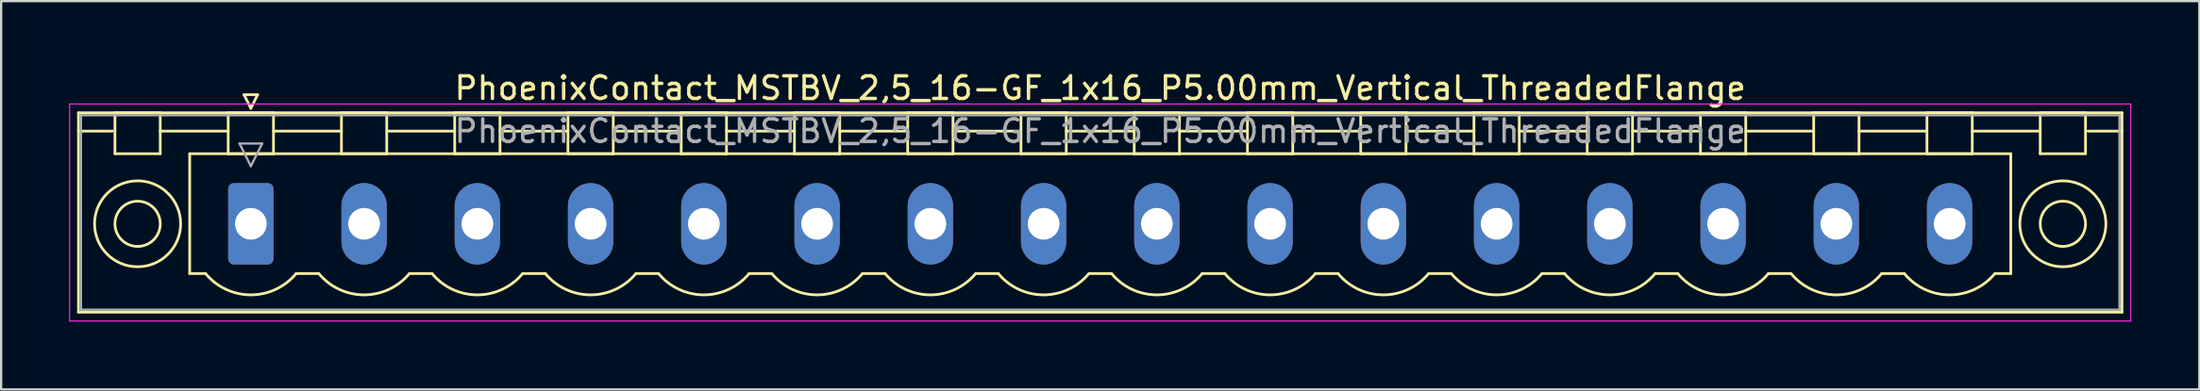
<source format=kicad_pcb>
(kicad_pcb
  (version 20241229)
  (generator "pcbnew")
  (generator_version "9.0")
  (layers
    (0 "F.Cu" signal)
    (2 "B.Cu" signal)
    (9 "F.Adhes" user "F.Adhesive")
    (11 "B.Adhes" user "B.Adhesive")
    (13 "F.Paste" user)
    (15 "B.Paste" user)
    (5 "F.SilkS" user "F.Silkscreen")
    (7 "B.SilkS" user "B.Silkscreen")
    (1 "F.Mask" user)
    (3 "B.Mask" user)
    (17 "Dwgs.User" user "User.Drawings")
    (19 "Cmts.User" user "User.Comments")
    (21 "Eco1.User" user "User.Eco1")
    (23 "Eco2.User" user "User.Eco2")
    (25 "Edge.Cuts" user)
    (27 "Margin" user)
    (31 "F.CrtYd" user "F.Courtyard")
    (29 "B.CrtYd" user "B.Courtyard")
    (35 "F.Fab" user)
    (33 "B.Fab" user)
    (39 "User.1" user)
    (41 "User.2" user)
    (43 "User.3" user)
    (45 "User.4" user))
  (footprint "PhoenixContact_MSTBV_2,5_16-GF_1x16_P5.00mm_Vertical_ThreadedFlange"
    (layer "F.Cu")
    (at 8.025 6.848)
    (property "Reference" "PhoenixContact_MSTBV_2,5_16-GF_1x16_P5.00mm_Vertical_ThreadedFlange" (at 37.5 -6 0) (layer "F.SilkS") (effects (font (size 1 1) (thickness 0.15))))
    (attr through_hole)
    (fp_line (start -7.61 -4.91) (end -7.61 3.91) (stroke (width 0.12) (type solid)) (layer "F.SilkS"))
    (fp_line (start -7.61 -4.1) (end -6.11 -4.1) (stroke (width 0.12) (type solid)) (layer "F.SilkS"))
    (fp_line (start -7.61 3.91) (end 82.61 3.91) (stroke (width 0.12) (type solid)) (layer "F.SilkS"))
    (fp_line (start -6 -4.91) (end -4 -4.91) (stroke (width 0.12) (type solid)) (layer "F.SilkS"))
    (fp_line (start -6 -3.1) (end -6 -4.91) (stroke (width 0.12) (type solid)) (layer "F.SilkS"))
    (fp_line (start -4 -4.91) (end -4 -3.1) (stroke (width 0.12) (type solid)) (layer "F.SilkS"))
    (fp_line (start -4 -4.1) (end -1 -4.1) (stroke (width 0.12) (type solid)) (layer "F.SilkS"))
    (fp_line (start -4 -3.1) (end -6 -3.1) (stroke (width 0.12) (type solid)) (layer "F.SilkS"))
    (fp_line (start -2.7 -3.1) (end 77.7 -3.1) (stroke (width 0.12) (type solid)) (layer "F.SilkS"))
    (fp_line (start -2.7 2.2) (end -2.7 -3.1) (stroke (width 0.12) (type solid)) (layer "F.SilkS"))
    (fp_line (start -2 2.2) (end -2.7 2.2) (stroke (width 0.12) (type solid)) (layer "F.SilkS"))
    (fp_line (start -1 -4.91) (end 1 -4.91) (stroke (width 0.12) (type solid)) (layer "F.SilkS"))
    (fp_line (start -1 -3.1) (end -1 -4.91) (stroke (width 0.12) (type solid)) (layer "F.SilkS"))
    (fp_line (start -0.3 -5.71) (end 0.3 -5.71) (stroke (width 0.12) (type solid)) (layer "F.SilkS"))
    (fp_line (start 0 -5.11) (end -0.3 -5.71) (stroke (width 0.12) (type solid)) (layer "F.SilkS"))
    (fp_line (start 0.3 -5.71) (end 0 -5.11) (stroke (width 0.12) (type solid)) (layer "F.SilkS"))
    (fp_line (start 1 -4.91) (end 1 -3.1) (stroke (width 0.12) (type solid)) (layer "F.SilkS"))
    (fp_line (start 1 -4.1) (end 4 -4.1) (stroke (width 0.12) (type solid)) (layer "F.SilkS"))
    (fp_line (start 1 -3.1) (end -1 -3.1) (stroke (width 0.12) (type solid)) (layer "F.SilkS"))
    (fp_line (start 2 2.2) (end 3 2.2) (stroke (width 0.12) (type solid)) (layer "F.SilkS"))
    (fp_line (start 4 -4.91) (end 6 -4.91) (stroke (width 0.12) (type solid)) (layer "F.SilkS"))
    (fp_line (start 4 -3.1) (end 4 -4.91) (stroke (width 0.12) (type solid)) (layer "F.SilkS"))
    (fp_line (start 6 -4.91) (end 6 -3.1) (stroke (width 0.12) (type solid)) (layer "F.SilkS"))
    (fp_line (start 6 -4.1) (end 9 -4.1) (stroke (width 0.12) (type solid)) (layer "F.SilkS"))
    (fp_line (start 6 -3.1) (end 4 -3.1) (stroke (width 0.12) (type solid)) (layer "F.SilkS"))
    (fp_line (start 7 2.2) (end 8 2.2) (stroke (width 0.12) (type solid)) (layer "F.SilkS"))
    (fp_line (start 9 -4.91) (end 11 -4.91) (stroke (width 0.12) (type solid)) (layer "F.SilkS"))
    (fp_line (start 9 -3.1) (end 9 -4.91) (stroke (width 0.12) (type solid)) (layer "F.SilkS"))
    (fp_line (start 11 -4.91) (end 11 -3.1) (stroke (width 0.12) (type solid)) (layer "F.SilkS"))
    (fp_line (start 11 -4.1) (end 14 -4.1) (stroke (width 0.12) (type solid)) (layer "F.SilkS"))
    (fp_line (start 11 -3.1) (end 9 -3.1) (stroke (width 0.12) (type solid)) (layer "F.SilkS"))
    (fp_line (start 12 2.2) (end 13 2.2) (stroke (width 0.12) (type solid)) (layer "F.SilkS"))
    (fp_line (start 14 -4.91) (end 16 -4.91) (stroke (width 0.12) (type solid)) (layer "F.SilkS"))
    (fp_line (start 14 -3.1) (end 14 -4.91) (stroke (width 0.12) (type solid)) (layer "F.SilkS"))
    (fp_line (start 16 -4.91) (end 16 -3.1) (stroke (width 0.12) (type solid)) (layer "F.SilkS"))
    (fp_line (start 16 -4.1) (end 19 -4.1) (stroke (width 0.12) (type solid)) (layer "F.SilkS"))
    (fp_line (start 16 -3.1) (end 14 -3.1) (stroke (width 0.12) (type solid)) (layer "F.SilkS"))
    (fp_line (start 17 2.2) (end 18 2.2) (stroke (width 0.12) (type solid)) (layer "F.SilkS"))
    (fp_line (start 19 -4.91) (end 21 -4.91) (stroke (width 0.12) (type solid)) (layer "F.SilkS"))
    (fp_line (start 19 -3.1) (end 19 -4.91) (stroke (width 0.12) (type solid)) (layer "F.SilkS"))
    (fp_line (start 21 -4.91) (end 21 -3.1) (stroke (width 0.12) (type solid)) (layer "F.SilkS"))
    (fp_line (start 21 -4.1) (end 24 -4.1) (stroke (width 0.12) (type solid)) (layer "F.SilkS"))
    (fp_line (start 21 -3.1) (end 19 -3.1) (stroke (width 0.12) (type solid)) (layer "F.SilkS"))
    (fp_line (start 22 2.2) (end 23 2.2) (stroke (width 0.12) (type solid)) (layer "F.SilkS"))
    (fp_line (start 24 -4.91) (end 26 -4.91) (stroke (width 0.12) (type solid)) (layer "F.SilkS"))
    (fp_line (start 24 -3.1) (end 24 -4.91) (stroke (width 0.12) (type solid)) (layer "F.SilkS"))
    (fp_line (start 26 -4.91) (end 26 -3.1) (stroke (width 0.12) (type solid)) (layer "F.SilkS"))
    (fp_line (start 26 -4.1) (end 29 -4.1) (stroke (width 0.12) (type solid)) (layer "F.SilkS"))
    (fp_line (start 26 -3.1) (end 24 -3.1) (stroke (width 0.12) (type solid)) (layer "F.SilkS"))
    (fp_line (start 27 2.2) (end 28 2.2) (stroke (width 0.12) (type solid)) (layer "F.SilkS"))
    (fp_line (start 29 -4.91) (end 31 -4.91) (stroke (width 0.12) (type solid)) (layer "F.SilkS"))
    (fp_line (start 29 -3.1) (end 29 -4.91) (stroke (width 0.12) (type solid)) (layer "F.SilkS"))
    (fp_line (start 31 -4.91) (end 31 -3.1) (stroke (width 0.12) (type solid)) (layer "F.SilkS"))
    (fp_line (start 31 -4.1) (end 34 -4.1) (stroke (width 0.12) (type solid)) (layer "F.SilkS"))
    (fp_line (start 31 -3.1) (end 29 -3.1) (stroke (width 0.12) (type solid)) (layer "F.SilkS"))
    (fp_line (start 32 2.2) (end 33 2.2) (stroke (width 0.12) (type solid)) (layer "F.SilkS"))
    (fp_line (start 34 -4.91) (end 36 -4.91) (stroke (width 0.12) (type solid)) (layer "F.SilkS"))
    (fp_line (start 34 -3.1) (end 34 -4.91) (stroke (width 0.12) (type solid)) (layer "F.SilkS"))
    (fp_line (start 36 -4.91) (end 36 -3.1) (stroke (width 0.12) (type solid)) (layer "F.SilkS"))
    (fp_line (start 36 -4.1) (end 39 -4.1) (stroke (width 0.12) (type solid)) (layer "F.SilkS"))
    (fp_line (start 36 -3.1) (end 34 -3.1) (stroke (width 0.12) (type solid)) (layer "F.SilkS"))
    (fp_line (start 37 2.2) (end 38 2.2) (stroke (width 0.12) (type solid)) (layer "F.SilkS"))
    (fp_line (start 39 -4.91) (end 41 -4.91) (stroke (width 0.12) (type solid)) (layer "F.SilkS"))
    (fp_line (start 39 -3.1) (end 39 -4.91) (stroke (width 0.12) (type solid)) (layer "F.SilkS"))
    (fp_line (start 41 -4.91) (end 41 -3.1) (stroke (width 0.12) (type solid)) (layer "F.SilkS"))
    (fp_line (start 41 -4.1) (end 44 -4.1) (stroke (width 0.12) (type solid)) (layer "F.SilkS"))
    (fp_line (start 41 -3.1) (end 39 -3.1) (stroke (width 0.12) (type solid)) (layer "F.SilkS"))
    (fp_line (start 42 2.2) (end 43 2.2) (stroke (width 0.12) (type solid)) (layer "F.SilkS"))
    (fp_line (start 44 -4.91) (end 46 -4.91) (stroke (width 0.12) (type solid)) (layer "F.SilkS"))
    (fp_line (start 44 -3.1) (end 44 -4.91) (stroke (width 0.12) (type solid)) (layer "F.SilkS"))
    (fp_line (start 46 -4.91) (end 46 -3.1) (stroke (width 0.12) (type solid)) (layer "F.SilkS"))
    (fp_line (start 46 -4.1) (end 49 -4.1) (stroke (width 0.12) (type solid)) (layer "F.SilkS"))
    (fp_line (start 46 -3.1) (end 44 -3.1) (stroke (width 0.12) (type solid)) (layer "F.SilkS"))
    (fp_line (start 47 2.2) (end 48 2.2) (stroke (width 0.12) (type solid)) (layer "F.SilkS"))
    (fp_line (start 49 -4.91) (end 51 -4.91) (stroke (width 0.12) (type solid)) (layer "F.SilkS"))
    (fp_line (start 49 -3.1) (end 49 -4.91) (stroke (width 0.12) (type solid)) (layer "F.SilkS"))
    (fp_line (start 51 -4.91) (end 51 -3.1) (stroke (width 0.12) (type solid)) (layer "F.SilkS"))
    (fp_line (start 51 -4.1) (end 54 -4.1) (stroke (width 0.12) (type solid)) (layer "F.SilkS"))
    (fp_line (start 51 -3.1) (end 49 -3.1) (stroke (width 0.12) (type solid)) (layer "F.SilkS"))
    (fp_line (start 52 2.2) (end 53 2.2) (stroke (width 0.12) (type solid)) (layer "F.SilkS"))
    (fp_line (start 54 -4.91) (end 56 -4.91) (stroke (width 0.12) (type solid)) (layer "F.SilkS"))
    (fp_line (start 54 -3.1) (end 54 -4.91) (stroke (width 0.12) (type solid)) (layer "F.SilkS"))
    (fp_line (start 56 -4.91) (end 56 -3.1) (stroke (width 0.12) (type solid)) (layer "F.SilkS"))
    (fp_line (start 56 -4.1) (end 59 -4.1) (stroke (width 0.12) (type solid)) (layer "F.SilkS"))
    (fp_line (start 56 -3.1) (end 54 -3.1) (stroke (width 0.12) (type solid)) (layer "F.SilkS"))
    (fp_line (start 57 2.2) (end 58 2.2) (stroke (width 0.12) (type solid)) (layer "F.SilkS"))
    (fp_line (start 59 -4.91) (end 61 -4.91) (stroke (width 0.12) (type solid)) (layer "F.SilkS"))
    (fp_line (start 59 -3.1) (end 59 -4.91) (stroke (width 0.12) (type solid)) (layer "F.SilkS"))
    (fp_line (start 61 -4.91) (end 61 -3.1) (stroke (width 0.12) (type solid)) (layer "F.SilkS"))
    (fp_line (start 61 -4.1) (end 64 -4.1) (stroke (width 0.12) (type solid)) (layer "F.SilkS"))
    (fp_line (start 61 -3.1) (end 59 -3.1) (stroke (width 0.12) (type solid)) (layer "F.SilkS"))
    (fp_line (start 62 2.2) (end 63 2.2) (stroke (width 0.12) (type solid)) (layer "F.SilkS"))
    (fp_line (start 64 -4.91) (end 66 -4.91) (stroke (width 0.12) (type solid)) (layer "F.SilkS"))
    (fp_line (start 64 -3.1) (end 64 -4.91) (stroke (width 0.12) (type solid)) (layer "F.SilkS"))
    (fp_line (start 66 -4.91) (end 66 -3.1) (stroke (width 0.12) (type solid)) (layer "F.SilkS"))
    (fp_line (start 66 -4.1) (end 69 -4.1) (stroke (width 0.12) (type solid)) (layer "F.SilkS"))
    (fp_line (start 66 -3.1) (end 64 -3.1) (stroke (width 0.12) (type solid)) (layer "F.SilkS"))
    (fp_line (start 67 2.2) (end 68 2.2) (stroke (width 0.12) (type solid)) (layer "F.SilkS"))
    (fp_line (start 69 -4.91) (end 71 -4.91) (stroke (width 0.12) (type solid)) (layer "F.SilkS"))
    (fp_line (start 69 -3.1) (end 69 -4.91) (stroke (width 0.12) (type solid)) (layer "F.SilkS"))
    (fp_line (start 71 -4.91) (end 71 -3.1) (stroke (width 0.12) (type solid)) (layer "F.SilkS"))
    (fp_line (start 71 -4.1) (end 74 -4.1) (stroke (width 0.12) (type solid)) (layer "F.SilkS"))
    (fp_line (start 71 -3.1) (end 69 -3.1) (stroke (width 0.12) (type solid)) (layer "F.SilkS"))
    (fp_line (start 72 2.2) (end 73 2.2) (stroke (width 0.12) (type solid)) (layer "F.SilkS"))
    (fp_line (start 74 -4.91) (end 76 -4.91) (stroke (width 0.12) (type solid)) (layer "F.SilkS"))
    (fp_line (start 74 -3.1) (end 74 -4.91) (stroke (width 0.12) (type solid)) (layer "F.SilkS"))
    (fp_line (start 76 -4.91) (end 76 -3.1) (stroke (width 0.12) (type solid)) (layer "F.SilkS"))
    (fp_line (start 76 -4.1) (end 79 -4.1) (stroke (width 0.12) (type solid)) (layer "F.SilkS"))
    (fp_line (start 76 -3.1) (end 74 -3.1) (stroke (width 0.12) (type solid)) (layer "F.SilkS"))
    (fp_line (start 77.7 -3.1) (end 77.7 2.2) (stroke (width 0.12) (type solid)) (layer "F.SilkS"))
    (fp_line (start 77.7 2.2) (end 77 2.2) (stroke (width 0.12) (type solid)) (layer "F.SilkS"))
    (fp_line (start 79 -4.91) (end 81 -4.91) (stroke (width 0.12) (type solid)) (layer "F.SilkS"))
    (fp_line (start 79 -3.1) (end 79 -4.91) (stroke (width 0.12) (type solid)) (layer "F.SilkS"))
    (fp_line (start 81 -4.91) (end 81 -3.1) (stroke (width 0.12) (type solid)) (layer "F.SilkS"))
    (fp_line (start 81 -3.1) (end 79 -3.1) (stroke (width 0.12) (type solid)) (layer "F.SilkS"))
    (fp_line (start 82.61 -4.91) (end -7.61 -4.91) (stroke (width 0.12) (type solid)) (layer "F.SilkS"))
    (fp_line (start 82.61 -4.1) (end 81.11 -4.1) (stroke (width 0.12) (type solid)) (layer "F.SilkS"))
    (fp_line (start 82.61 3.91) (end 82.61 -4.91) (stroke (width 0.12) (type solid)) (layer "F.SilkS"))
    (fp_arc (start 1.986842 2.215821) (mid -0.010289 3.142758) (end -2 2.2) (stroke (width 0.12) (type solid)) (layer "F.SilkS"))
    (fp_arc (start 6.986842 2.215821) (mid 4.989711 3.142758) (end 3 2.2) (stroke (width 0.12) (type solid)) (layer "F.SilkS"))
    (fp_arc (start 11.986842 2.215821) (mid 9.989711 3.142758) (end 8 2.2) (stroke (width 0.12) (type solid)) (layer "F.SilkS"))
    (fp_arc (start 16.986842 2.215821) (mid 14.989711 3.142758) (end 13 2.2) (stroke (width 0.12) (type solid)) (layer "F.SilkS"))
    (fp_arc (start 21.986842 2.215821) (mid 19.989711 3.142758) (end 18 2.2) (stroke (width 0.12) (type solid)) (layer "F.SilkS"))
    (fp_arc (start 26.986842 2.215821) (mid 24.989711 3.142758) (end 23 2.2) (stroke (width 0.12) (type solid)) (layer "F.SilkS"))
    (fp_arc (start 31.986842 2.215821) (mid 29.989711 3.142758) (end 28 2.2) (stroke (width 0.12) (type solid)) (layer "F.SilkS"))
    (fp_arc (start 36.986842 2.215821) (mid 34.989711 3.142758) (end 33 2.2) (stroke (width 0.12) (type solid)) (layer "F.SilkS"))
    (fp_arc (start 41.986842 2.215821) (mid 39.989711 3.142758) (end 38 2.2) (stroke (width 0.12) (type solid)) (layer "F.SilkS"))
    (fp_arc (start 46.986842 2.215821) (mid 44.989711 3.142758) (end 43 2.2) (stroke (width 0.12) (type solid)) (layer "F.SilkS"))
    (fp_arc (start 51.986842 2.215821) (mid 49.989711 3.142758) (end 48 2.2) (stroke (width 0.12) (type solid)) (layer "F.SilkS"))
    (fp_arc (start 56.986842 2.215821) (mid 54.989711 3.142758) (end 53 2.2) (stroke (width 0.12) (type solid)) (layer "F.SilkS"))
    (fp_arc (start 61.986842 2.215821) (mid 59.989711 3.142758) (end 58 2.2) (stroke (width 0.12) (type solid)) (layer "F.SilkS"))
    (fp_arc (start 66.986842 2.215821) (mid 64.989711 3.142758) (end 63 2.2) (stroke (width 0.12) (type solid)) (layer "F.SilkS"))
    (fp_arc (start 71.986842 2.215821) (mid 69.989711 3.142758) (end 68 2.2) (stroke (width 0.12) (type solid)) (layer "F.SilkS"))
    (fp_arc (start 76.986842 2.215821) (mid 74.989711 3.142758) (end 73 2.2) (stroke (width 0.12) (type solid)) (layer "F.SilkS"))
    (fp_circle (center -5 0) (end -4 0) (stroke (width 0.12) (type solid)) (fill no) (layer "F.SilkS"))
    (fp_circle (center -5 0) (end -3.1 0) (stroke (width 0.12) (type solid)) (fill no) (layer "F.SilkS"))
    (fp_circle (center 80 0) (end 81 0) (stroke (width 0.12) (type solid)) (fill no) (layer "F.SilkS"))
    (fp_circle (center 80 0) (end 81.9 0) (stroke (width 0.12) (type solid)) (fill no) (layer "F.SilkS"))
    (fp_line (start -8 -5.3) (end -8 4.3) (stroke (width 0.05) (type solid)) (layer "F.CrtYd"))
    (fp_line (start -8 4.3) (end 83 4.3) (stroke (width 0.05) (type solid)) (layer "F.CrtYd"))
    (fp_line (start 83 -5.3) (end -8 -5.3) (stroke (width 0.05) (type solid)) (layer "F.CrtYd"))
    (fp_line (start 83 4.3) (end 83 -5.3) (stroke (width 0.05) (type solid)) (layer "F.CrtYd"))
    (fp_line (start -7.5 -4.8) (end -7.5 3.8) (stroke (width 0.1) (type solid)) (layer "F.Fab"))
    (fp_line (start -7.5 3.8) (end 82.5 3.8) (stroke (width 0.1) (type solid)) (layer "F.Fab"))
    (fp_line (start -0.5 -3.55) (end 0.5 -3.55) (stroke (width 0.1) (type solid)) (layer "F.Fab"))
    (fp_line (start 0 -2.55) (end -0.5 -3.55) (stroke (width 0.1) (type solid)) (layer "F.Fab"))
    (fp_line (start 0.5 -3.55) (end 0 -2.55) (stroke (width 0.1) (type solid)) (layer "F.Fab"))
    (fp_line (start 82.5 -4.8) (end -7.5 -4.8) (stroke (width 0.1) (type solid)) (layer "F.Fab"))
    (fp_line (start 82.5 3.8) (end 82.5 -4.8) (stroke (width 0.1) (type solid)) (layer "F.Fab"))
    (fp_text user "${REFERENCE}" (at 37.5 -4.1 0) (layer "F.Fab") (effects (font (size 1 1) (thickness 0.15))))
    (pad "1" thru_hole roundrect (at 0 0) (size 2 3.6) (drill 1.4) (layers "*.Cu" "*.Mask") (roundrect_rratio 0.125))
    (pad "2" thru_hole oval (at 5 0) (size 2 3.6) (drill 1.4) (layers "*.Cu" "*.Mask"))
    (pad "3" thru_hole oval (at 10 0) (size 2 3.6) (drill 1.4) (layers "*.Cu" "*.Mask"))
    (pad "4" thru_hole oval (at 15 0) (size 2 3.6) (drill 1.4) (layers "*.Cu" "*.Mask"))
    (pad "5" thru_hole oval (at 20 0) (size 2 3.6) (drill 1.4) (layers "*.Cu" "*.Mask"))
    (pad "6" thru_hole oval (at 25 0) (size 2 3.6) (drill 1.4) (layers "*.Cu" "*.Mask"))
    (pad "7" thru_hole oval (at 30 0) (size 2 3.6) (drill 1.4) (layers "*.Cu" "*.Mask"))
    (pad "8" thru_hole oval (at 35 0) (size 2 3.6) (drill 1.4) (layers "*.Cu" "*.Mask"))
    (pad "9" thru_hole oval (at 40 0) (size 2 3.6) (drill 1.4) (layers "*.Cu" "*.Mask"))
    (pad "10" thru_hole oval (at 45 0) (size 2 3.6) (drill 1.4) (layers "*.Cu" "*.Mask"))
    (pad "11" thru_hole oval (at 50 0) (size 2 3.6) (drill 1.4) (layers "*.Cu" "*.Mask"))
    (pad "12" thru_hole oval (at 55 0) (size 2 3.6) (drill 1.4) (layers "*.Cu" "*.Mask"))
    (pad "13" thru_hole oval (at 60 0) (size 2 3.6) (drill 1.4) (layers "*.Cu" "*.Mask"))
    (pad "14" thru_hole oval (at 65 0) (size 2 3.6) (drill 1.4) (layers "*.Cu" "*.Mask"))
    (pad "15" thru_hole oval (at 70 0) (size 2 3.6) (drill 1.4) (layers "*.Cu" "*.Mask"))
    (pad "16" thru_hole oval (at 75 0) (size 2 3.6) (drill 1.4) (layers "*.Cu" "*.Mask")))
  (gr_rect
    (start -3 -3)
    (end 94.05 14.173)
    (stroke (width 0.1) (type default))
    (fill no)
    (layer "Edge.Cuts")))
</source>
